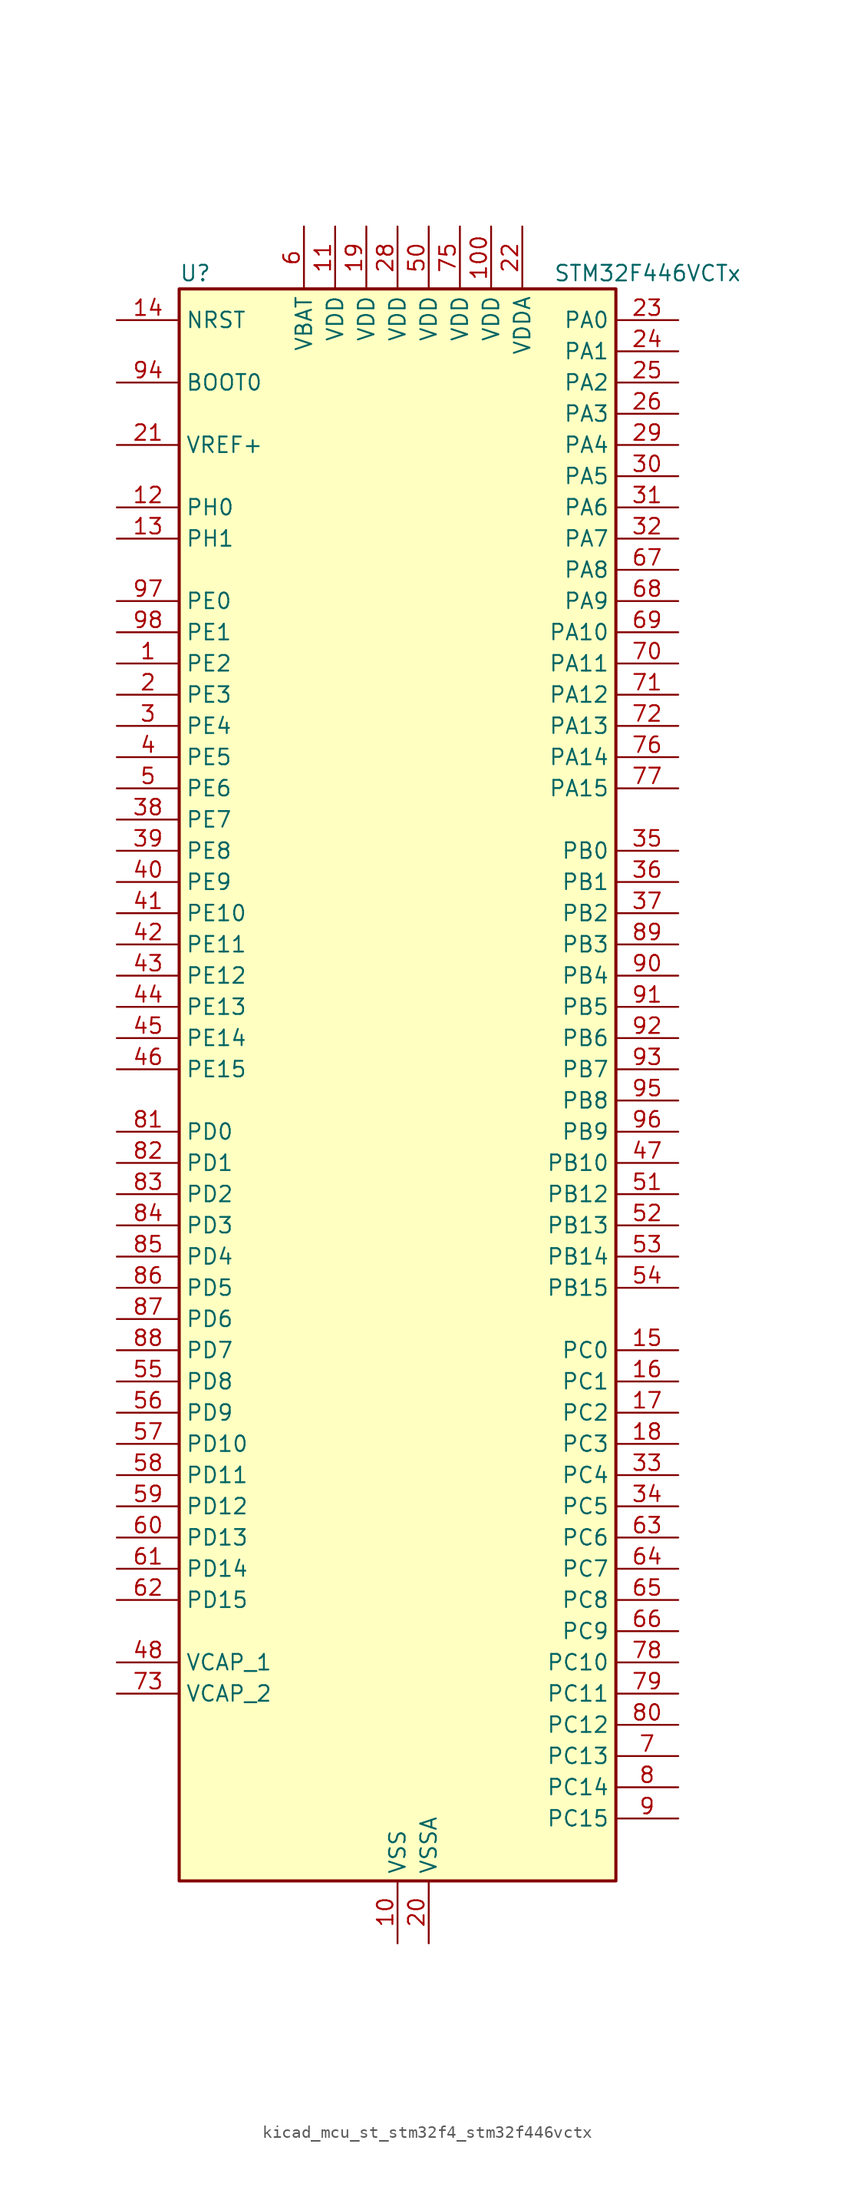
<source format=kicad_sym>
(kicad_symbol_lib
  (version 20220914)
  (generator kicad_symbol_editor)
  (symbol "kicad_mcu_st_stm32f4_stm32f446vctx"
    (property "Reference" "U"
      (at -17.78 67.31 0)
      (effects (font (size 1.27 1.27)) (justify left)))
    (property "Value" "STM32F446VCTx"
      (at 12.7 67.31 0)
      (effects (font (size 1.27 1.27)) (justify left)))
    (property "ki_locked" ""
      (at 0 0 0)
      (effects (font (size 1.27 1.27))))
    (symbol "kicad_mcu_st_stm32f4_stm32f446vctx_0_1"
      (rectangle (start -17.78 -63.5) (end 17.78 66.04) (stroke (width 0.254) (type default)) (fill (type background))))
    (symbol "kicad_mcu_st_stm32f4_stm32f446vctx_1_1"
      (pin bidirectional line (at -22.86 35.56 0) (length 5.08) (name "PE2" (effects (font (size 1.27 1.27)))) (number "1" (effects (font (size 1.27 1.27)))) (alternate "FMC_A23" bidirectional line) (alternate "QUADSPI_BK1_IO2" bidirectional line) (alternate "SAI1_MCLK_A" bidirectional line) (alternate "SPI4_SCK" bidirectional line) (alternate "SYS_TRACECLK" bidirectional line))
      (pin power_in line (at 0 -68.58 90) (length 5.08) (name "VSS" (effects (font (size 1.27 1.27)))) (number "10" (effects (font (size 1.27 1.27)))))
      (pin power_in line (at 7.62 71.12 270) (length 5.08) (name "VDD" (effects (font (size 1.27 1.27)))) (number "100" (effects (font (size 1.27 1.27)))))
      (pin power_in line (at -5.08 71.12 270) (length 5.08) (name "VDD" (effects (font (size 1.27 1.27)))) (number "11" (effects (font (size 1.27 1.27)))))
      (pin bidirectional line (at -22.86 48.26 0) (length 5.08) (name "PH0" (effects (font (size 1.27 1.27)))) (number "12" (effects (font (size 1.27 1.27)))) (alternate "RCC_OSC_IN" bidirectional line))
      (pin bidirectional line (at -22.86 45.72 0) (length 5.08) (name "PH1" (effects (font (size 1.27 1.27)))) (number "13" (effects (font (size 1.27 1.27)))) (alternate "RCC_OSC_OUT" bidirectional line))
      (pin input line (at -22.86 63.5 0) (length 5.08) (name "NRST" (effects (font (size 1.27 1.27)))) (number "14" (effects (font (size 1.27 1.27)))))
      (pin bidirectional line (at 22.86 -20.32 180) (length 5.08) (name "PC0" (effects (font (size 1.27 1.27)))) (number "15" (effects (font (size 1.27 1.27)))) (alternate "ADC1_IN10" bidirectional line) (alternate "ADC2_IN10" bidirectional line) (alternate "ADC3_IN10" bidirectional line) (alternate "FMC_SDNWE" bidirectional line) (alternate "SAI1_MCLK_B" bidirectional line) (alternate "USB_OTG_HS_ULPI_STP" bidirectional line))
      (pin bidirectional line (at 22.86 -22.86 180) (length 5.08) (name "PC1" (effects (font (size 1.27 1.27)))) (number "16" (effects (font (size 1.27 1.27)))) (alternate "ADC1_IN11" bidirectional line) (alternate "ADC2_IN11" bidirectional line) (alternate "ADC3_IN11" bidirectional line) (alternate "I2S2_SD" bidirectional line) (alternate "I2S3_SD" bidirectional line) (alternate "SAI1_SD_A" bidirectional line) (alternate "SPI2_MOSI" bidirectional line) (alternate "SPI3_MOSI" bidirectional line))
      (pin bidirectional line (at 22.86 -25.4 180) (length 5.08) (name "PC2" (effects (font (size 1.27 1.27)))) (number "17" (effects (font (size 1.27 1.27)))) (alternate "ADC1_IN12" bidirectional line) (alternate "ADC2_IN12" bidirectional line) (alternate "ADC3_IN12" bidirectional line) (alternate "FMC_SDNE0" bidirectional line) (alternate "SPI2_MISO" bidirectional line) (alternate "USB_OTG_HS_ULPI_DIR" bidirectional line))
      (pin bidirectional line (at 22.86 -27.94 180) (length 5.08) (name "PC3" (effects (font (size 1.27 1.27)))) (number "18" (effects (font (size 1.27 1.27)))) (alternate "ADC1_IN13" bidirectional line) (alternate "ADC2_IN13" bidirectional line) (alternate "ADC3_IN13" bidirectional line) (alternate "FMC_SDCKE0" bidirectional line) (alternate "I2S2_SD" bidirectional line) (alternate "SPI2_MOSI" bidirectional line) (alternate "USB_OTG_HS_ULPI_NXT" bidirectional line))
      (pin power_in line (at -2.54 71.12 270) (length 5.08) (name "VDD" (effects (font (size 1.27 1.27)))) (number "19" (effects (font (size 1.27 1.27)))))
      (pin bidirectional line (at -22.86 33.02 0) (length 5.08) (name "PE3" (effects (font (size 1.27 1.27)))) (number "2" (effects (font (size 1.27 1.27)))) (alternate "FMC_A19" bidirectional line) (alternate "SAI1_SD_B" bidirectional line) (alternate "SYS_TRACED0" bidirectional line))
      (pin power_in line (at 2.54 -68.58 90) (length 5.08) (name "VSSA" (effects (font (size 1.27 1.27)))) (number "20" (effects (font (size 1.27 1.27)))))
      (pin input line (at -22.86 53.34 0) (length 5.08) (name "VREF+" (effects (font (size 1.27 1.27)))) (number "21" (effects (font (size 1.27 1.27)))))
      (pin power_in line (at 10.16 71.12 270) (length 5.08) (name "VDDA" (effects (font (size 1.27 1.27)))) (number "22" (effects (font (size 1.27 1.27)))))
      (pin bidirectional line (at 22.86 63.5 180) (length 5.08) (name "PA0" (effects (font (size 1.27 1.27)))) (number "23" (effects (font (size 1.27 1.27)))) (alternate "ADC1_IN0" bidirectional line) (alternate "ADC2_IN0" bidirectional line) (alternate "ADC3_IN0" bidirectional line) (alternate "RTC_AF2" bidirectional line) (alternate "SYS_WKUP0" bidirectional line) (alternate "TIM2_CH1" bidirectional line) (alternate "TIM2_ETR" bidirectional line) (alternate "TIM5_CH1" bidirectional line) (alternate "TIM8_ETR" bidirectional line) (alternate "UART4_TX" bidirectional line) (alternate "USART2_CTS" bidirectional line))
      (pin bidirectional line (at 22.86 60.96 180) (length 5.08) (name "PA1" (effects (font (size 1.27 1.27)))) (number "24" (effects (font (size 1.27 1.27)))) (alternate "ADC1_IN1" bidirectional line) (alternate "ADC2_IN1" bidirectional line) (alternate "ADC3_IN1" bidirectional line) (alternate "QUADSPI_BK1_IO3" bidirectional line) (alternate "SAI2_MCLK_B" bidirectional line) (alternate "TIM2_CH2" bidirectional line) (alternate "TIM5_CH2" bidirectional line) (alternate "UART4_RX" bidirectional line) (alternate "USART2_RTS" bidirectional line))
      (pin bidirectional line (at 22.86 58.42 180) (length 5.08) (name "PA2" (effects (font (size 1.27 1.27)))) (number "25" (effects (font (size 1.27 1.27)))) (alternate "ADC1_IN2" bidirectional line) (alternate "ADC2_IN2" bidirectional line) (alternate "ADC3_IN2" bidirectional line) (alternate "SAI2_SCK_B" bidirectional line) (alternate "TIM2_CH3" bidirectional line) (alternate "TIM5_CH3" bidirectional line) (alternate "TIM9_CH1" bidirectional line) (alternate "USART2_TX" bidirectional line))
      (pin bidirectional line (at 22.86 55.88 180) (length 5.08) (name "PA3" (effects (font (size 1.27 1.27)))) (number "26" (effects (font (size 1.27 1.27)))) (alternate "ADC1_IN3" bidirectional line) (alternate "ADC2_IN3" bidirectional line) (alternate "ADC3_IN3" bidirectional line) (alternate "SAI1_FS_A" bidirectional line) (alternate "TIM2_CH4" bidirectional line) (alternate "TIM5_CH4" bidirectional line) (alternate "TIM9_CH2" bidirectional line) (alternate "USART2_RX" bidirectional line) (alternate "USB_OTG_HS_ULPI_D0" bidirectional line))
      (pin passive line (at 0 -68.58 90) (length 5.08) hide (name "VSS" (effects (font (size 1.27 1.27)))) (number "27" (effects (font (size 1.27 1.27)))))
      (pin power_in line (at 0 71.12 270) (length 5.08) (name "VDD" (effects (font (size 1.27 1.27)))) (number "28" (effects (font (size 1.27 1.27)))))
      (pin bidirectional line (at 22.86 53.34 180) (length 5.08) (name "PA4" (effects (font (size 1.27 1.27)))) (number "29" (effects (font (size 1.27 1.27)))) (alternate "ADC1_IN4" bidirectional line) (alternate "ADC2_IN4" bidirectional line) (alternate "DAC_OUT1" bidirectional line) (alternate "DCMI_HSYNC" bidirectional line) (alternate "I2S1_WS" bidirectional line) (alternate "I2S3_WS" bidirectional line) (alternate "SPI1_NSS" bidirectional line) (alternate "SPI3_NSS" bidirectional line) (alternate "USART2_CK" bidirectional line) (alternate "USB_OTG_HS_SOF" bidirectional line))
      (pin bidirectional line (at -22.86 30.48 0) (length 5.08) (name "PE4" (effects (font (size 1.27 1.27)))) (number "3" (effects (font (size 1.27 1.27)))) (alternate "DCMI_D4" bidirectional line) (alternate "FMC_A20" bidirectional line) (alternate "SAI1_FS_A" bidirectional line) (alternate "SPI4_NSS" bidirectional line) (alternate "SYS_TRACED1" bidirectional line))
      (pin bidirectional line (at 22.86 50.8 180) (length 5.08) (name "PA5" (effects (font (size 1.27 1.27)))) (number "30" (effects (font (size 1.27 1.27)))) (alternate "ADC1_IN5" bidirectional line) (alternate "ADC2_IN5" bidirectional line) (alternate "DAC_OUT2" bidirectional line) (alternate "I2S1_CK" bidirectional line) (alternate "SPI1_SCK" bidirectional line) (alternate "TIM2_CH1" bidirectional line) (alternate "TIM2_ETR" bidirectional line) (alternate "TIM8_CH1N" bidirectional line) (alternate "USB_OTG_HS_ULPI_CK" bidirectional line))
      (pin bidirectional line (at 22.86 48.26 180) (length 5.08) (name "PA6" (effects (font (size 1.27 1.27)))) (number "31" (effects (font (size 1.27 1.27)))) (alternate "ADC1_IN6" bidirectional line) (alternate "ADC2_IN6" bidirectional line) (alternate "DCMI_PIXCLK" bidirectional line) (alternate "I2S2_MCK" bidirectional line) (alternate "SPI1_MISO" bidirectional line) (alternate "TIM13_CH1" bidirectional line) (alternate "TIM1_BKIN" bidirectional line) (alternate "TIM3_CH1" bidirectional line) (alternate "TIM8_BKIN" bidirectional line))
      (pin bidirectional line (at 22.86 45.72 180) (length 5.08) (name "PA7" (effects (font (size 1.27 1.27)))) (number "32" (effects (font (size 1.27 1.27)))) (alternate "ADC1_IN7" bidirectional line) (alternate "ADC2_IN7" bidirectional line) (alternate "FMC_SDNWE" bidirectional line) (alternate "I2S1_SD" bidirectional line) (alternate "SPI1_MOSI" bidirectional line) (alternate "TIM14_CH1" bidirectional line) (alternate "TIM1_CH1N" bidirectional line) (alternate "TIM3_CH2" bidirectional line) (alternate "TIM8_CH1N" bidirectional line))
      (pin bidirectional line (at 22.86 -30.48 180) (length 5.08) (name "PC4" (effects (font (size 1.27 1.27)))) (number "33" (effects (font (size 1.27 1.27)))) (alternate "ADC1_IN14" bidirectional line) (alternate "ADC2_IN14" bidirectional line) (alternate "FMC_SDNE0" bidirectional line) (alternate "I2S1_MCK" bidirectional line) (alternate "SPDIFRX_IN2" bidirectional line))
      (pin bidirectional line (at 22.86 -33.02 180) (length 5.08) (name "PC5" (effects (font (size 1.27 1.27)))) (number "34" (effects (font (size 1.27 1.27)))) (alternate "ADC1_IN15" bidirectional line) (alternate "ADC2_IN15" bidirectional line) (alternate "FMC_SDCKE0" bidirectional line) (alternate "SPDIFRX_IN3" bidirectional line) (alternate "USART3_RX" bidirectional line))
      (pin bidirectional line (at 22.86 20.32 180) (length 5.08) (name "PB0" (effects (font (size 1.27 1.27)))) (number "35" (effects (font (size 1.27 1.27)))) (alternate "ADC1_IN8" bidirectional line) (alternate "ADC2_IN8" bidirectional line) (alternate "I2S3_SD" bidirectional line) (alternate "SDIO_D1" bidirectional line) (alternate "SPI3_MOSI" bidirectional line) (alternate "TIM1_CH2N" bidirectional line) (alternate "TIM3_CH3" bidirectional line) (alternate "TIM8_CH2N" bidirectional line) (alternate "UART4_CTS" bidirectional line) (alternate "USB_OTG_HS_ULPI_D1" bidirectional line))
      (pin bidirectional line (at 22.86 17.78 180) (length 5.08) (name "PB1" (effects (font (size 1.27 1.27)))) (number "36" (effects (font (size 1.27 1.27)))) (alternate "ADC1_IN9" bidirectional line) (alternate "ADC2_IN9" bidirectional line) (alternate "SDIO_D2" bidirectional line) (alternate "TIM1_CH3N" bidirectional line) (alternate "TIM3_CH4" bidirectional line) (alternate "TIM8_CH3N" bidirectional line) (alternate "USB_OTG_HS_ULPI_D2" bidirectional line))
      (pin bidirectional line (at 22.86 15.24 180) (length 5.08) (name "PB2" (effects (font (size 1.27 1.27)))) (number "37" (effects (font (size 1.27 1.27)))) (alternate "I2S3_SD" bidirectional line) (alternate "QUADSPI_CLK" bidirectional line) (alternate "SAI1_SD_A" bidirectional line) (alternate "SDIO_CK" bidirectional line) (alternate "SPI3_MOSI" bidirectional line) (alternate "TIM2_CH4" bidirectional line) (alternate "USB_OTG_HS_ULPI_D4" bidirectional line))
      (pin bidirectional line (at -22.86 22.86 0) (length 5.08) (name "PE7" (effects (font (size 1.27 1.27)))) (number "38" (effects (font (size 1.27 1.27)))) (alternate "FMC_D4" bidirectional line) (alternate "FMC_DA4" bidirectional line) (alternate "QUADSPI_BK2_IO0" bidirectional line) (alternate "TIM1_ETR" bidirectional line) (alternate "UART5_RX" bidirectional line))
      (pin bidirectional line (at -22.86 20.32 0) (length 5.08) (name "PE8" (effects (font (size 1.27 1.27)))) (number "39" (effects (font (size 1.27 1.27)))) (alternate "FMC_D5" bidirectional line) (alternate "FMC_DA5" bidirectional line) (alternate "QUADSPI_BK2_IO1" bidirectional line) (alternate "TIM1_CH1N" bidirectional line) (alternate "UART5_TX" bidirectional line))
      (pin bidirectional line (at -22.86 27.94 0) (length 5.08) (name "PE5" (effects (font (size 1.27 1.27)))) (number "4" (effects (font (size 1.27 1.27)))) (alternate "DCMI_D6" bidirectional line) (alternate "FMC_A21" bidirectional line) (alternate "SAI1_SCK_A" bidirectional line) (alternate "SPI4_MISO" bidirectional line) (alternate "SYS_TRACED2" bidirectional line) (alternate "TIM9_CH1" bidirectional line))
      (pin bidirectional line (at -22.86 17.78 0) (length 5.08) (name "PE9" (effects (font (size 1.27 1.27)))) (number "40" (effects (font (size 1.27 1.27)))) (alternate "DAC_EXTI9" bidirectional line) (alternate "FMC_D6" bidirectional line) (alternate "FMC_DA6" bidirectional line) (alternate "QUADSPI_BK2_IO2" bidirectional line) (alternate "TIM1_CH1" bidirectional line))
      (pin bidirectional line (at -22.86 15.24 0) (length 5.08) (name "PE10" (effects (font (size 1.27 1.27)))) (number "41" (effects (font (size 1.27 1.27)))) (alternate "FMC_D7" bidirectional line) (alternate "FMC_DA7" bidirectional line) (alternate "QUADSPI_BK2_IO3" bidirectional line) (alternate "TIM1_CH2N" bidirectional line))
      (pin bidirectional line (at -22.86 12.7 0) (length 5.08) (name "PE11" (effects (font (size 1.27 1.27)))) (number "42" (effects (font (size 1.27 1.27)))) (alternate "ADC1_EXTI11" bidirectional line) (alternate "ADC2_EXTI11" bidirectional line) (alternate "ADC3_EXTI11" bidirectional line) (alternate "FMC_D8" bidirectional line) (alternate "FMC_DA8" bidirectional line) (alternate "SAI2_SD_B" bidirectional line) (alternate "SPI4_NSS" bidirectional line) (alternate "TIM1_CH2" bidirectional line))
      (pin bidirectional line (at -22.86 10.16 0) (length 5.08) (name "PE12" (effects (font (size 1.27 1.27)))) (number "43" (effects (font (size 1.27 1.27)))) (alternate "FMC_D9" bidirectional line) (alternate "FMC_DA9" bidirectional line) (alternate "SAI2_SCK_B" bidirectional line) (alternate "SPI4_SCK" bidirectional line) (alternate "TIM1_CH3N" bidirectional line))
      (pin bidirectional line (at -22.86 7.62 0) (length 5.08) (name "PE13" (effects (font (size 1.27 1.27)))) (number "44" (effects (font (size 1.27 1.27)))) (alternate "FMC_D10" bidirectional line) (alternate "FMC_DA10" bidirectional line) (alternate "SAI2_FS_B" bidirectional line) (alternate "SPI4_MISO" bidirectional line) (alternate "TIM1_CH3" bidirectional line))
      (pin bidirectional line (at -22.86 5.08 0) (length 5.08) (name "PE14" (effects (font (size 1.27 1.27)))) (number "45" (effects (font (size 1.27 1.27)))) (alternate "FMC_D11" bidirectional line) (alternate "FMC_DA11" bidirectional line) (alternate "SAI2_MCLK_B" bidirectional line) (alternate "SPI4_MOSI" bidirectional line) (alternate "TIM1_CH4" bidirectional line))
      (pin bidirectional line (at -22.86 2.54 0) (length 5.08) (name "PE15" (effects (font (size 1.27 1.27)))) (number "46" (effects (font (size 1.27 1.27)))) (alternate "ADC1_EXTI15" bidirectional line) (alternate "ADC2_EXTI15" bidirectional line) (alternate "ADC3_EXTI15" bidirectional line) (alternate "FMC_D12" bidirectional line) (alternate "FMC_DA12" bidirectional line) (alternate "TIM1_BKIN" bidirectional line))
      (pin bidirectional line (at 22.86 -5.08 180) (length 5.08) (name "PB10" (effects (font (size 1.27 1.27)))) (number "47" (effects (font (size 1.27 1.27)))) (alternate "I2C2_SCL" bidirectional line) (alternate "I2S2_CK" bidirectional line) (alternate "SAI1_SCK_A" bidirectional line) (alternate "SPI2_SCK" bidirectional line) (alternate "TIM2_CH3" bidirectional line) (alternate "USART3_TX" bidirectional line) (alternate "USB_OTG_HS_ULPI_D3" bidirectional line))
      (pin power_out line (at -22.86 -45.72 0) (length 5.08) (name "VCAP_1" (effects (font (size 1.27 1.27)))) (number "48" (effects (font (size 1.27 1.27)))))
      (pin passive line (at 0 -68.58 90) (length 5.08) hide (name "VSS" (effects (font (size 1.27 1.27)))) (number "49" (effects (font (size 1.27 1.27)))))
      (pin bidirectional line (at -22.86 25.4 0) (length 5.08) (name "PE6" (effects (font (size 1.27 1.27)))) (number "5" (effects (font (size 1.27 1.27)))) (alternate "DCMI_D7" bidirectional line) (alternate "FMC_A22" bidirectional line) (alternate "SAI1_SD_A" bidirectional line) (alternate "SPI4_MOSI" bidirectional line) (alternate "SYS_TRACED3" bidirectional line) (alternate "TIM9_CH2" bidirectional line))
      (pin power_in line (at 2.54 71.12 270) (length 5.08) (name "VDD" (effects (font (size 1.27 1.27)))) (number "50" (effects (font (size 1.27 1.27)))))
      (pin bidirectional line (at 22.86 -7.62 180) (length 5.08) (name "PB12" (effects (font (size 1.27 1.27)))) (number "51" (effects (font (size 1.27 1.27)))) (alternate "CAN2_RX" bidirectional line) (alternate "I2C2_SMBA" bidirectional line) (alternate "I2S2_WS" bidirectional line) (alternate "SAI1_SCK_B" bidirectional line) (alternate "SPI2_NSS" bidirectional line) (alternate "TIM1_BKIN" bidirectional line) (alternate "USART3_CK" bidirectional line) (alternate "USB_OTG_HS_ID" bidirectional line) (alternate "USB_OTG_HS_ULPI_D5" bidirectional line))
      (pin bidirectional line (at 22.86 -10.16 180) (length 5.08) (name "PB13" (effects (font (size 1.27 1.27)))) (number "52" (effects (font (size 1.27 1.27)))) (alternate "CAN2_TX" bidirectional line) (alternate "I2S2_CK" bidirectional line) (alternate "SPI2_SCK" bidirectional line) (alternate "TIM1_CH1N" bidirectional line) (alternate "USART3_CTS" bidirectional line) (alternate "USB_OTG_HS_ULPI_D6" bidirectional line) (alternate "USB_OTG_HS_VBUS" bidirectional line))
      (pin bidirectional line (at 22.86 -12.7 180) (length 5.08) (name "PB14" (effects (font (size 1.27 1.27)))) (number "53" (effects (font (size 1.27 1.27)))) (alternate "SPI2_MISO" bidirectional line) (alternate "TIM12_CH1" bidirectional line) (alternate "TIM1_CH2N" bidirectional line) (alternate "TIM8_CH2N" bidirectional line) (alternate "USART3_RTS" bidirectional line) (alternate "USB_OTG_HS_DM" bidirectional line))
      (pin bidirectional line (at 22.86 -15.24 180) (length 5.08) (name "PB15" (effects (font (size 1.27 1.27)))) (number "54" (effects (font (size 1.27 1.27)))) (alternate "ADC1_EXTI15" bidirectional line) (alternate "ADC2_EXTI15" bidirectional line) (alternate "ADC3_EXTI15" bidirectional line) (alternate "I2S2_SD" bidirectional line) (alternate "RTC_REFIN" bidirectional line) (alternate "SPI2_MOSI" bidirectional line) (alternate "TIM12_CH2" bidirectional line) (alternate "TIM1_CH3N" bidirectional line) (alternate "TIM8_CH3N" bidirectional line) (alternate "USB_OTG_HS_DP" bidirectional line))
      (pin bidirectional line (at -22.86 -22.86 0) (length 5.08) (name "PD8" (effects (font (size 1.27 1.27)))) (number "55" (effects (font (size 1.27 1.27)))) (alternate "FMC_D13" bidirectional line) (alternate "FMC_DA13" bidirectional line) (alternate "SPDIFRX_IN1" bidirectional line) (alternate "USART3_TX" bidirectional line))
      (pin bidirectional line (at -22.86 -25.4 0) (length 5.08) (name "PD9" (effects (font (size 1.27 1.27)))) (number "56" (effects (font (size 1.27 1.27)))) (alternate "DAC_EXTI9" bidirectional line) (alternate "FMC_D14" bidirectional line) (alternate "FMC_DA14" bidirectional line) (alternate "USART3_RX" bidirectional line))
      (pin bidirectional line (at -22.86 -27.94 0) (length 5.08) (name "PD10" (effects (font (size 1.27 1.27)))) (number "57" (effects (font (size 1.27 1.27)))) (alternate "FMC_D15" bidirectional line) (alternate "FMC_DA15" bidirectional line) (alternate "USART3_CK" bidirectional line))
      (pin bidirectional line (at -22.86 -30.48 0) (length 5.08) (name "PD11" (effects (font (size 1.27 1.27)))) (number "58" (effects (font (size 1.27 1.27)))) (alternate "ADC1_EXTI11" bidirectional line) (alternate "ADC2_EXTI11" bidirectional line) (alternate "ADC3_EXTI11" bidirectional line) (alternate "FMC_A16" bidirectional line) (alternate "FMPI2C1_SMBA" bidirectional line) (alternate "QUADSPI_BK1_IO0" bidirectional line) (alternate "SAI2_SD_A" bidirectional line) (alternate "USART3_CTS" bidirectional line))
      (pin bidirectional line (at -22.86 -33.02 0) (length 5.08) (name "PD12" (effects (font (size 1.27 1.27)))) (number "59" (effects (font (size 1.27 1.27)))) (alternate "FMC_A17" bidirectional line) (alternate "FMPI2C1_SCL" bidirectional line) (alternate "QUADSPI_BK1_IO1" bidirectional line) (alternate "SAI2_FS_A" bidirectional line) (alternate "TIM4_CH1" bidirectional line) (alternate "USART3_RTS" bidirectional line))
      (pin power_in line (at -7.62 71.12 270) (length 5.08) (name "VBAT" (effects (font (size 1.27 1.27)))) (number "6" (effects (font (size 1.27 1.27)))))
      (pin bidirectional line (at -22.86 -35.56 0) (length 5.08) (name "PD13" (effects (font (size 1.27 1.27)))) (number "60" (effects (font (size 1.27 1.27)))) (alternate "FMC_A18" bidirectional line) (alternate "FMPI2C1_SDA" bidirectional line) (alternate "QUADSPI_BK1_IO3" bidirectional line) (alternate "SAI2_SCK_A" bidirectional line) (alternate "TIM4_CH2" bidirectional line))
      (pin bidirectional line (at -22.86 -38.1 0) (length 5.08) (name "PD14" (effects (font (size 1.27 1.27)))) (number "61" (effects (font (size 1.27 1.27)))) (alternate "FMC_D0" bidirectional line) (alternate "FMC_DA0" bidirectional line) (alternate "FMPI2C1_SCL" bidirectional line) (alternate "SAI2_SCK_A" bidirectional line) (alternate "TIM4_CH3" bidirectional line))
      (pin bidirectional line (at -22.86 -40.64 0) (length 5.08) (name "PD15" (effects (font (size 1.27 1.27)))) (number "62" (effects (font (size 1.27 1.27)))) (alternate "ADC1_EXTI15" bidirectional line) (alternate "ADC2_EXTI15" bidirectional line) (alternate "ADC3_EXTI15" bidirectional line) (alternate "FMC_D1" bidirectional line) (alternate "FMC_DA1" bidirectional line) (alternate "FMPI2C1_SDA" bidirectional line) (alternate "TIM4_CH4" bidirectional line))
      (pin bidirectional line (at 22.86 -35.56 180) (length 5.08) (name "PC6" (effects (font (size 1.27 1.27)))) (number "63" (effects (font (size 1.27 1.27)))) (alternate "DCMI_D0" bidirectional line) (alternate "FMPI2C1_SCL" bidirectional line) (alternate "I2S2_MCK" bidirectional line) (alternate "SDIO_D6" bidirectional line) (alternate "TIM3_CH1" bidirectional line) (alternate "TIM8_CH1" bidirectional line) (alternate "USART6_TX" bidirectional line))
      (pin bidirectional line (at 22.86 -38.1 180) (length 5.08) (name "PC7" (effects (font (size 1.27 1.27)))) (number "64" (effects (font (size 1.27 1.27)))) (alternate "DCMI_D1" bidirectional line) (alternate "FMPI2C1_SDA" bidirectional line) (alternate "I2S2_CK" bidirectional line) (alternate "I2S3_MCK" bidirectional line) (alternate "SDIO_D7" bidirectional line) (alternate "SPDIFRX_IN1" bidirectional line) (alternate "SPI2_SCK" bidirectional line) (alternate "TIM3_CH2" bidirectional line) (alternate "TIM8_CH2" bidirectional line) (alternate "USART6_RX" bidirectional line))
      (pin bidirectional line (at 22.86 -40.64 180) (length 5.08) (name "PC8" (effects (font (size 1.27 1.27)))) (number "65" (effects (font (size 1.27 1.27)))) (alternate "DCMI_D2" bidirectional line) (alternate "SDIO_D0" bidirectional line) (alternate "SYS_TRACED0" bidirectional line) (alternate "TIM3_CH3" bidirectional line) (alternate "TIM8_CH3" bidirectional line) (alternate "UART5_RTS" bidirectional line) (alternate "USART6_CK" bidirectional line))
      (pin bidirectional line (at 22.86 -43.18 180) (length 5.08) (name "PC9" (effects (font (size 1.27 1.27)))) (number "66" (effects (font (size 1.27 1.27)))) (alternate "DAC_EXTI9" bidirectional line) (alternate "DCMI_D3" bidirectional line) (alternate "I2C3_SDA" bidirectional line) (alternate "I2S_CKIN" bidirectional line) (alternate "QUADSPI_BK1_IO0" bidirectional line) (alternate "RCC_MCO_2" bidirectional line) (alternate "SDIO_D1" bidirectional line) (alternate "TIM3_CH4" bidirectional line) (alternate "TIM8_CH4" bidirectional line) (alternate "UART5_CTS" bidirectional line))
      (pin bidirectional line (at 22.86 43.18 180) (length 5.08) (name "PA8" (effects (font (size 1.27 1.27)))) (number "67" (effects (font (size 1.27 1.27)))) (alternate "I2C3_SCL" bidirectional line) (alternate "RCC_MCO_1" bidirectional line) (alternate "TIM1_CH1" bidirectional line) (alternate "USART1_CK" bidirectional line) (alternate "USB_OTG_FS_SOF" bidirectional line))
      (pin bidirectional line (at 22.86 40.64 180) (length 5.08) (name "PA9" (effects (font (size 1.27 1.27)))) (number "68" (effects (font (size 1.27 1.27)))) (alternate "DAC_EXTI9" bidirectional line) (alternate "DCMI_D0" bidirectional line) (alternate "I2C3_SMBA" bidirectional line) (alternate "I2S2_CK" bidirectional line) (alternate "SAI1_SD_B" bidirectional line) (alternate "SPI2_SCK" bidirectional line) (alternate "TIM1_CH2" bidirectional line) (alternate "USART1_TX" bidirectional line) (alternate "USB_OTG_FS_VBUS" bidirectional line))
      (pin bidirectional line (at 22.86 38.1 180) (length 5.08) (name "PA10" (effects (font (size 1.27 1.27)))) (number "69" (effects (font (size 1.27 1.27)))) (alternate "DCMI_D1" bidirectional line) (alternate "TIM1_CH3" bidirectional line) (alternate "USART1_RX" bidirectional line) (alternate "USB_OTG_FS_ID" bidirectional line))
      (pin bidirectional line (at 22.86 -53.34 180) (length 5.08) (name "PC13" (effects (font (size 1.27 1.27)))) (number "7" (effects (font (size 1.27 1.27)))) (alternate "RTC_AF1" bidirectional line) (alternate "SYS_WKUP1" bidirectional line))
      (pin bidirectional line (at 22.86 35.56 180) (length 5.08) (name "PA11" (effects (font (size 1.27 1.27)))) (number "70" (effects (font (size 1.27 1.27)))) (alternate "ADC1_EXTI11" bidirectional line) (alternate "ADC2_EXTI11" bidirectional line) (alternate "ADC3_EXTI11" bidirectional line) (alternate "CAN1_RX" bidirectional line) (alternate "TIM1_CH4" bidirectional line) (alternate "USART1_CTS" bidirectional line) (alternate "USB_OTG_FS_DM" bidirectional line))
      (pin bidirectional line (at 22.86 33.02 180) (length 5.08) (name "PA12" (effects (font (size 1.27 1.27)))) (number "71" (effects (font (size 1.27 1.27)))) (alternate "CAN1_TX" bidirectional line) (alternate "SAI2_FS_B" bidirectional line) (alternate "TIM1_ETR" bidirectional line) (alternate "USART1_RTS" bidirectional line) (alternate "USB_OTG_FS_DP" bidirectional line))
      (pin bidirectional line (at 22.86 30.48 180) (length 5.08) (name "PA13" (effects (font (size 1.27 1.27)))) (number "72" (effects (font (size 1.27 1.27)))) (alternate "SYS_JTMS-SWDIO" bidirectional line))
      (pin power_out line (at -22.86 -48.26 0) (length 5.08) (name "VCAP_2" (effects (font (size 1.27 1.27)))) (number "73" (effects (font (size 1.27 1.27)))))
      (pin passive line (at 0 -68.58 90) (length 5.08) hide (name "VSS" (effects (font (size 1.27 1.27)))) (number "74" (effects (font (size 1.27 1.27)))))
      (pin power_in line (at 5.08 71.12 270) (length 5.08) (name "VDD" (effects (font (size 1.27 1.27)))) (number "75" (effects (font (size 1.27 1.27)))))
      (pin bidirectional line (at 22.86 27.94 180) (length 5.08) (name "PA14" (effects (font (size 1.27 1.27)))) (number "76" (effects (font (size 1.27 1.27)))) (alternate "SYS_JTCK-SWCLK" bidirectional line))
      (pin bidirectional line (at 22.86 25.4 180) (length 5.08) (name "PA15" (effects (font (size 1.27 1.27)))) (number "77" (effects (font (size 1.27 1.27)))) (alternate "ADC1_EXTI15" bidirectional line) (alternate "ADC2_EXTI15" bidirectional line) (alternate "ADC3_EXTI15" bidirectional line) (alternate "CEC" bidirectional line) (alternate "I2S1_WS" bidirectional line) (alternate "I2S3_WS" bidirectional line) (alternate "SPI1_NSS" bidirectional line) (alternate "SPI3_NSS" bidirectional line) (alternate "SYS_JTDI" bidirectional line) (alternate "TIM2_CH1" bidirectional line) (alternate "TIM2_ETR" bidirectional line) (alternate "UART4_RTS" bidirectional line))
      (pin bidirectional line (at 22.86 -45.72 180) (length 5.08) (name "PC10" (effects (font (size 1.27 1.27)))) (number "78" (effects (font (size 1.27 1.27)))) (alternate "DCMI_D8" bidirectional line) (alternate "I2S3_CK" bidirectional line) (alternate "QUADSPI_BK1_IO1" bidirectional line) (alternate "SDIO_D2" bidirectional line) (alternate "SPI3_SCK" bidirectional line) (alternate "UART4_TX" bidirectional line) (alternate "USART3_TX" bidirectional line))
      (pin bidirectional line (at 22.86 -48.26 180) (length 5.08) (name "PC11" (effects (font (size 1.27 1.27)))) (number "79" (effects (font (size 1.27 1.27)))) (alternate "ADC1_EXTI11" bidirectional line) (alternate "ADC2_EXTI11" bidirectional line) (alternate "ADC3_EXTI11" bidirectional line) (alternate "DCMI_D4" bidirectional line) (alternate "QUADSPI_BK2_NCS" bidirectional line) (alternate "SDIO_D3" bidirectional line) (alternate "SPI3_MISO" bidirectional line) (alternate "UART4_RX" bidirectional line) (alternate "USART3_RX" bidirectional line))
      (pin bidirectional line (at 22.86 -55.88 180) (length 5.08) (name "PC14" (effects (font (size 1.27 1.27)))) (number "8" (effects (font (size 1.27 1.27)))) (alternate "RCC_OSC32_IN" bidirectional line))
      (pin bidirectional line (at 22.86 -50.8 180) (length 5.08) (name "PC12" (effects (font (size 1.27 1.27)))) (number "80" (effects (font (size 1.27 1.27)))) (alternate "DCMI_D9" bidirectional line) (alternate "I2C2_SDA" bidirectional line) (alternate "I2S3_SD" bidirectional line) (alternate "SDIO_CK" bidirectional line) (alternate "SPI3_MOSI" bidirectional line) (alternate "UART5_TX" bidirectional line) (alternate "USART3_CK" bidirectional line))
      (pin bidirectional line (at -22.86 -2.54 0) (length 5.08) (name "PD0" (effects (font (size 1.27 1.27)))) (number "81" (effects (font (size 1.27 1.27)))) (alternate "CAN1_RX" bidirectional line) (alternate "FMC_D2" bidirectional line) (alternate "FMC_DA2" bidirectional line) (alternate "I2S3_SD" bidirectional line) (alternate "SPI3_MOSI" bidirectional line) (alternate "SPI4_MISO" bidirectional line))
      (pin bidirectional line (at -22.86 -5.08 0) (length 5.08) (name "PD1" (effects (font (size 1.27 1.27)))) (number "82" (effects (font (size 1.27 1.27)))) (alternate "CAN1_TX" bidirectional line) (alternate "FMC_D3" bidirectional line) (alternate "FMC_DA3" bidirectional line) (alternate "I2S2_WS" bidirectional line) (alternate "SPI2_NSS" bidirectional line))
      (pin bidirectional line (at -22.86 -7.62 0) (length 5.08) (name "PD2" (effects (font (size 1.27 1.27)))) (number "83" (effects (font (size 1.27 1.27)))) (alternate "DCMI_D11" bidirectional line) (alternate "SDIO_CMD" bidirectional line) (alternate "TIM3_ETR" bidirectional line) (alternate "UART5_RX" bidirectional line))
      (pin bidirectional line (at -22.86 -10.16 0) (length 5.08) (name "PD3" (effects (font (size 1.27 1.27)))) (number "84" (effects (font (size 1.27 1.27)))) (alternate "DCMI_D5" bidirectional line) (alternate "FMC_CLK" bidirectional line) (alternate "I2S2_CK" bidirectional line) (alternate "QUADSPI_CLK" bidirectional line) (alternate "SPI2_SCK" bidirectional line) (alternate "SYS_TRACED1" bidirectional line) (alternate "USART2_CTS" bidirectional line))
      (pin bidirectional line (at -22.86 -12.7 0) (length 5.08) (name "PD4" (effects (font (size 1.27 1.27)))) (number "85" (effects (font (size 1.27 1.27)))) (alternate "FMC_NOE" bidirectional line) (alternate "USART2_RTS" bidirectional line))
      (pin bidirectional line (at -22.86 -15.24 0) (length 5.08) (name "PD5" (effects (font (size 1.27 1.27)))) (number "86" (effects (font (size 1.27 1.27)))) (alternate "FMC_NWE" bidirectional line) (alternate "USART2_TX" bidirectional line))
      (pin bidirectional line (at -22.86 -17.78 0) (length 5.08) (name "PD6" (effects (font (size 1.27 1.27)))) (number "87" (effects (font (size 1.27 1.27)))) (alternate "DCMI_D10" bidirectional line) (alternate "FMC_NWAIT" bidirectional line) (alternate "I2S3_SD" bidirectional line) (alternate "SAI1_SD_A" bidirectional line) (alternate "SPI3_MOSI" bidirectional line) (alternate "USART2_RX" bidirectional line))
      (pin bidirectional line (at -22.86 -20.32 0) (length 5.08) (name "PD7" (effects (font (size 1.27 1.27)))) (number "88" (effects (font (size 1.27 1.27)))) (alternate "FMC_NE1" bidirectional line) (alternate "SPDIFRX_IN0" bidirectional line) (alternate "USART2_CK" bidirectional line))
      (pin bidirectional line (at 22.86 12.7 180) (length 5.08) (name "PB3" (effects (font (size 1.27 1.27)))) (number "89" (effects (font (size 1.27 1.27)))) (alternate "I2C2_SDA" bidirectional line) (alternate "I2S1_CK" bidirectional line) (alternate "I2S3_CK" bidirectional line) (alternate "SPI1_SCK" bidirectional line) (alternate "SPI3_SCK" bidirectional line) (alternate "SYS_JTDO-SWO" bidirectional line) (alternate "TIM2_CH2" bidirectional line))
      (pin bidirectional line (at 22.86 -58.42 180) (length 5.08) (name "PC15" (effects (font (size 1.27 1.27)))) (number "9" (effects (font (size 1.27 1.27)))) (alternate "ADC1_EXTI15" bidirectional line) (alternate "ADC2_EXTI15" bidirectional line) (alternate "ADC3_EXTI15" bidirectional line) (alternate "RCC_OSC32_OUT" bidirectional line))
      (pin bidirectional line (at 22.86 10.16 180) (length 5.08) (name "PB4" (effects (font (size 1.27 1.27)))) (number "90" (effects (font (size 1.27 1.27)))) (alternate "I2C3_SDA" bidirectional line) (alternate "I2S2_WS" bidirectional line) (alternate "SPI1_MISO" bidirectional line) (alternate "SPI2_NSS" bidirectional line) (alternate "SPI3_MISO" bidirectional line) (alternate "SYS_JTRST" bidirectional line) (alternate "TIM3_CH1" bidirectional line))
      (pin bidirectional line (at 22.86 7.62 180) (length 5.08) (name "PB5" (effects (font (size 1.27 1.27)))) (number "91" (effects (font (size 1.27 1.27)))) (alternate "CAN2_RX" bidirectional line) (alternate "DCMI_D10" bidirectional line) (alternate "FMC_SDCKE1" bidirectional line) (alternate "I2C1_SMBA" bidirectional line) (alternate "I2S1_SD" bidirectional line) (alternate "I2S3_SD" bidirectional line) (alternate "SPI1_MOSI" bidirectional line) (alternate "SPI3_MOSI" bidirectional line) (alternate "TIM3_CH2" bidirectional line) (alternate "USB_OTG_HS_ULPI_D7" bidirectional line))
      (pin bidirectional line (at 22.86 5.08 180) (length 5.08) (name "PB6" (effects (font (size 1.27 1.27)))) (number "92" (effects (font (size 1.27 1.27)))) (alternate "CAN2_TX" bidirectional line) (alternate "CEC" bidirectional line) (alternate "DCMI_D5" bidirectional line) (alternate "FMC_SDNE1" bidirectional line) (alternate "I2C1_SCL" bidirectional line) (alternate "QUADSPI_BK1_NCS" bidirectional line) (alternate "TIM4_CH1" bidirectional line) (alternate "USART1_TX" bidirectional line))
      (pin bidirectional line (at 22.86 2.54 180) (length 5.08) (name "PB7" (effects (font (size 1.27 1.27)))) (number "93" (effects (font (size 1.27 1.27)))) (alternate "DCMI_VSYNC" bidirectional line) (alternate "FMC_NL" bidirectional line) (alternate "I2C1_SDA" bidirectional line) (alternate "SPDIFRX_IN0" bidirectional line) (alternate "TIM4_CH2" bidirectional line) (alternate "USART1_RX" bidirectional line))
      (pin input line (at -22.86 58.42 0) (length 5.08) (name "BOOT0" (effects (font (size 1.27 1.27)))) (number "94" (effects (font (size 1.27 1.27)))))
      (pin bidirectional line (at 22.86 0 180) (length 5.08) (name "PB8" (effects (font (size 1.27 1.27)))) (number "95" (effects (font (size 1.27 1.27)))) (alternate "CAN1_RX" bidirectional line) (alternate "DCMI_D6" bidirectional line) (alternate "I2C1_SCL" bidirectional line) (alternate "SDIO_D4" bidirectional line) (alternate "TIM10_CH1" bidirectional line) (alternate "TIM2_CH1" bidirectional line) (alternate "TIM2_ETR" bidirectional line) (alternate "TIM4_CH3" bidirectional line))
      (pin bidirectional line (at 22.86 -2.54 180) (length 5.08) (name "PB9" (effects (font (size 1.27 1.27)))) (number "96" (effects (font (size 1.27 1.27)))) (alternate "CAN1_TX" bidirectional line) (alternate "DAC_EXTI9" bidirectional line) (alternate "DCMI_D7" bidirectional line) (alternate "I2C1_SDA" bidirectional line) (alternate "I2S2_WS" bidirectional line) (alternate "SAI1_FS_B" bidirectional line) (alternate "SDIO_D5" bidirectional line) (alternate "SPI2_NSS" bidirectional line) (alternate "TIM11_CH1" bidirectional line) (alternate "TIM2_CH2" bidirectional line) (alternate "TIM4_CH4" bidirectional line))
      (pin bidirectional line (at -22.86 40.64 0) (length 5.08) (name "PE0" (effects (font (size 1.27 1.27)))) (number "97" (effects (font (size 1.27 1.27)))) (alternate "DCMI_D2" bidirectional line) (alternate "FMC_NBL0" bidirectional line) (alternate "SAI2_MCLK_A" bidirectional line) (alternate "TIM4_ETR" bidirectional line))
      (pin bidirectional line (at -22.86 38.1 0) (length 5.08) (name "PE1" (effects (font (size 1.27 1.27)))) (number "98" (effects (font (size 1.27 1.27)))) (alternate "DCMI_D3" bidirectional line) (alternate "FMC_NBL1" bidirectional line))
      (pin passive line (at 0 -68.58 90) (length 5.08) hide (name "VSS" (effects (font (size 1.27 1.27)))) (number "99" (effects (font (size 1.27 1.27))))))))
</source>
